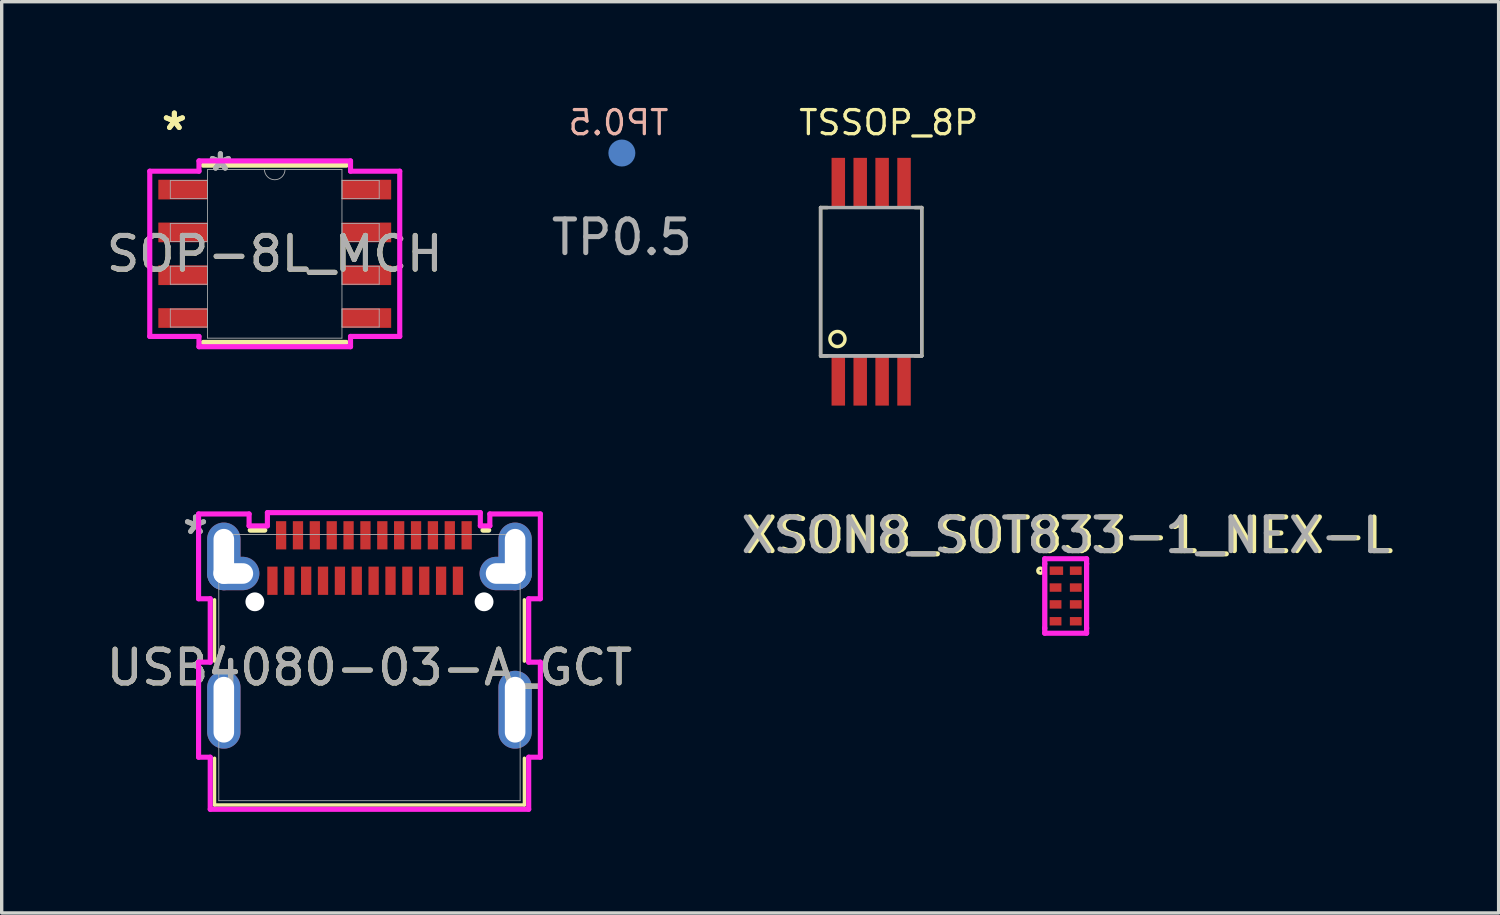
<source format=kicad_pcb>
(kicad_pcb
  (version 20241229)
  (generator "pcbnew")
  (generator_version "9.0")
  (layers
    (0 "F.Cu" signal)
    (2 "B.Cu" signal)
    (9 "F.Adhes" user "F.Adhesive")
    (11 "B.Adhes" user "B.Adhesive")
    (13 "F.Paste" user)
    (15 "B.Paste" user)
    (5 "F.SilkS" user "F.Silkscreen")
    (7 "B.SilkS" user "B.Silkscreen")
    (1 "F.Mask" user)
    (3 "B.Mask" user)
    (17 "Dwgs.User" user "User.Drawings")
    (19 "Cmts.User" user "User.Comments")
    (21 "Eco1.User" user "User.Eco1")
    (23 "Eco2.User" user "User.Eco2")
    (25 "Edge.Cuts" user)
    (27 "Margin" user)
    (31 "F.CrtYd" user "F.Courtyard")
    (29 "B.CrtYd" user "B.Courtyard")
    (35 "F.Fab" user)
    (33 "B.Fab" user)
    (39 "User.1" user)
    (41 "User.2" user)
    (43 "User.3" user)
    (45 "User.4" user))
  (footprint "TSSOP_8P"
    (layer "F.Cu")
    (at 22.795 5.308)
    (property "Reference" "TSSOP_8P" (at -2.2 -4.3 0) (layer "F.SilkS") (effects (font (size 0.715 0.715) (thickness 0.098)) (justify left bottom)))
    (fp_line (start -1.5 -2.2) (end -1.3 -2.2) (stroke (width 0.102) (type solid)) (layer "F.SilkS"))
    (fp_line (start -1.5 2.2) (end -1.5 -2.2) (stroke (width 0.102) (type solid)) (layer "F.SilkS"))
    (fp_line (start -1.5 2.2) (end -1.3 2.2) (stroke (width 0.102) (type solid)) (layer "F.SilkS"))
    (fp_line (start 1.5 -2.2) (end 1.3 -2.2) (stroke (width 0.102) (type solid)) (layer "F.SilkS"))
    (fp_line (start 1.5 -2.2) (end 1.5 2.2) (stroke (width 0.102) (type solid)) (layer "F.SilkS"))
    (fp_line (start 1.5 2.2) (end 1.3 2.2) (stroke (width 0.102) (type solid)) (layer "F.SilkS"))
    (fp_circle (center -1 1.7) (end -0.776 1.7) (stroke (width 0.102) (type solid)) (fill no) (layer "F.SilkS"))
    (fp_line (start -1.5 -2.2) (end -1.5 2.2) (stroke (width 0.102) (type solid)) (layer "F.Fab"))
    (fp_line (start -1.5 -2.2) (end 1.5 -2.2) (stroke (width 0.102) (type solid)) (layer "F.Fab"))
    (fp_line (start -1.5 2.2) (end 1.5 2.2) (stroke (width 0.102) (type solid)) (layer "F.Fab"))
    (fp_line (start -1.5 2.2) (end 1.5 2.2) (stroke (width 0.102) (type solid)) (layer "F.Fab"))
    (fp_line (start 1.5 2.2) (end 1.5 -2.2) (stroke (width 0.102) (type solid)) (layer "F.Fab"))
    (pad "1" smd rect (at -0.975 2.95 90) (size 1.45 0.4) (layers "F.Cu" "F.Mask" "F.Paste"))
    (pad "2" smd rect (at -0.325 2.95 90) (size 1.45 0.4) (layers "F.Cu" "F.Mask" "F.Paste"))
    (pad "3" smd rect (at 0.325 2.95 90) (size 1.45 0.4) (layers "F.Cu" "F.Mask" "F.Paste"))
    (pad "4" smd rect (at 0.975 2.95 90) (size 1.45 0.4) (layers "F.Cu" "F.Mask" "F.Paste"))
    (pad "5" smd rect (at 0.975 -2.95 90) (size 1.45 0.4) (layers "F.Cu" "F.Mask" "F.Paste"))
    (pad "6" smd rect (at 0.325 -2.95 90) (size 1.45 0.4) (layers "F.Cu" "F.Mask" "F.Paste"))
    (pad "7" smd rect (at -0.325 -2.95 90) (size 1.45 0.4) (layers "F.Cu" "F.Mask" "F.Paste"))
    (pad "8" smd rect (at -0.975 -2.95 90) (size 1.45 0.4) (layers "F.Cu" "F.Mask" "F.Paste")))
  (footprint "XSON8_SOT833-1_NEX-L"
    (layer "F.Cu")
    (at 28.565 14.631)
    (property "Reference" "XSON8_SOT833-1_NEX-L" (at 0.1 -1.8 0) (unlocked yes) (layer "F.SilkS") (effects (font (size 1 1) (thickness 0.15))))
    (attr smd)
    (fp_line (start -0.6 -1.1) (end -0.6 1.1) (stroke (width 0.102) (type solid)) (layer "F.SilkS"))
    (fp_line (start -0.6 1.1) (end 0.6 1.1) (stroke (width 0.102) (type solid)) (layer "F.SilkS"))
    (fp_line (start 0.6 -1.1) (end -0.6 -1.1) (stroke (width 0.102) (type solid)) (layer "F.SilkS"))
    (fp_line (start 0.6 1.1) (end 0.6 -1.1) (stroke (width 0.102) (type solid)) (layer "F.SilkS"))
    (fp_circle (center -0.75 -0.75) (end -0.674 -0.75) (stroke (width 0.102) (type solid)) (fill no) (layer "F.SilkS"))
    (fp_line (start -0.622 -1.105) (end 0.622 -1.105) (stroke (width 0.152) (type solid)) (layer "F.CrtYd"))
    (fp_line (start -0.622 -0.953) (end -0.622 -1.105) (stroke (width 0.152) (type solid)) (layer "F.CrtYd"))
    (fp_line (start -0.622 -0.953) (end -0.622 -0.953) (stroke (width 0.152) (type solid)) (layer "F.CrtYd"))
    (fp_line (start -0.622 0.953) (end -0.622 -0.953) (stroke (width 0.152) (type solid)) (layer "F.CrtYd"))
    (fp_line (start -0.622 0.953) (end -0.622 0.953) (stroke (width 0.152) (type solid)) (layer "F.CrtYd"))
    (fp_line (start -0.622 1.105) (end -0.622 0.953) (stroke (width 0.152) (type solid)) (layer "F.CrtYd"))
    (fp_line (start 0.622 -1.105) (end 0.622 -0.953) (stroke (width 0.152) (type solid)) (layer "F.CrtYd"))
    (fp_line (start 0.622 -0.953) (end 0.622 -0.953) (stroke (width 0.152) (type solid)) (layer "F.CrtYd"))
    (fp_line (start 0.622 -0.953) (end 0.622 0.953) (stroke (width 0.152) (type solid)) (layer "F.CrtYd"))
    (fp_line (start 0.622 0.953) (end 0.622 0.953) (stroke (width 0.152) (type solid)) (layer "F.CrtYd"))
    (fp_line (start 0.622 0.953) (end 0.622 1.105) (stroke (width 0.152) (type solid)) (layer "F.CrtYd"))
    (fp_line (start 0.622 1.105) (end -0.622 1.105) (stroke (width 0.152) (type solid)) (layer "F.CrtYd"))
    (fp_text user "${REFERENCE}" (at 0 -1.8 0) (unlocked yes) (layer "F.Fab") (effects (font (size 1 1) (thickness 0.15))))
    (pad "1" smd rect (at -0.275 -0.75) (size 0.4 0.25) (layers "F.Cu" "F.Mask" "F.Paste"))
    (pad "2" smd rect (at -0.3 -0.25) (size 0.35 0.25) (layers "F.Cu" "F.Mask" "F.Paste"))
    (pad "3" smd rect (at -0.3 0.25) (size 0.35 0.25) (layers "F.Cu" "F.Mask" "F.Paste"))
    (pad "4" smd rect (at -0.3 0.75) (size 0.35 0.25) (layers "F.Cu" "F.Mask" "F.Paste"))
    (pad "5" smd rect (at 0.3 0.75) (size 0.35 0.25) (layers "F.Cu" "F.Mask" "F.Paste"))
    (pad "6" smd rect (at 0.3 0.25) (size 0.35 0.25) (layers "F.Cu" "F.Mask" "F.Paste"))
    (pad "7" smd rect (at 0.3 -0.25) (size 0.35 0.25) (layers "F.Cu" "F.Mask" "F.Paste"))
    (pad "8" smd rect (at 0.3 -0.75) (size 0.35 0.25) (layers "F.Cu" "F.Mask" "F.Paste")))
  (footprint "TP0.5"
    (layer "F.Cu")
    (at 15.399 1.49)
    (property "Reference" "TP0.5" (at -0.1 -0.9 0) (unlocked yes) (layer "B.SilkS") (effects (font (size 0.715 0.715) (thickness 0.098)) (justify mirror)))
    (attr smd)
    (fp_text user "${REFERENCE}" (at 0 2.5 0) (unlocked yes) (layer "F.Fab") (effects (font (size 1 1) (thickness 0.15))))
    (pad "1" smd circle (at 0 0) (size 0.8 0.8) (layers "B.Cu" "B.Mask")))
  (footprint "USB4080-03-A_GCT"
    (layer "F.Cu")
    (at 7.911 16.755)
    (property "Reference" "USB4080-03-A_GCT" (at 0 0 0) (unlocked yes) (layer "F.SilkS") (effects (font (size 1 1) (thickness 0.15))))
    (attr smd)
    (fp_line (start -4.597 -2.011) (end -4.597 -0.191) (stroke (width 0.102) (type solid)) (layer "F.SilkS"))
    (fp_line (start -4.597 2.69) (end -4.597 4.077) (stroke (width 0.102) (type solid)) (layer "F.SilkS"))
    (fp_line (start -4.597 4.077) (end 4.597 4.077) (stroke (width 0.102) (type solid)) (layer "F.SilkS"))
    (fp_line (start -3.106 -4.077) (end -3.537 -4.077) (stroke (width 0.152) (type solid)) (layer "F.SilkS"))
    (fp_line (start 3.537 -4.077) (end 3.368 -4.077) (stroke (width 0.152) (type solid)) (layer "F.SilkS"))
    (fp_line (start 4.597 -0.191) (end 4.597 -2.011) (stroke (width 0.102) (type solid)) (layer "F.SilkS"))
    (fp_line (start 4.597 4.077) (end 4.597 2.69) (stroke (width 0.102) (type solid)) (layer "F.SilkS"))
    (fp_line (start -5.07 -4.557) (end -5.07 -2.042) (stroke (width 0.152) (type solid)) (layer "F.CrtYd"))
    (fp_line (start -5.07 -2.042) (end -4.724 -2.042) (stroke (width 0.152) (type solid)) (layer "F.CrtYd"))
    (fp_line (start -5.07 -0.16) (end -5.07 2.659) (stroke (width 0.152) (type solid)) (layer "F.CrtYd"))
    (fp_line (start -5.07 2.659) (end -4.724 2.659) (stroke (width 0.152) (type solid)) (layer "F.CrtYd"))
    (fp_line (start -4.724 -2.042) (end -4.724 -0.16) (stroke (width 0.152) (type solid)) (layer "F.CrtYd"))
    (fp_line (start -4.724 -0.16) (end -5.07 -0.16) (stroke (width 0.152) (type solid)) (layer "F.CrtYd"))
    (fp_line (start -4.724 2.659) (end -4.724 4.204) (stroke (width 0.152) (type solid)) (layer "F.CrtYd"))
    (fp_line (start -4.724 4.204) (end 4.724 4.204) (stroke (width 0.152) (type solid)) (layer "F.CrtYd"))
    (fp_line (start -3.571 -4.557) (end -5.07 -4.557) (stroke (width 0.152) (type solid)) (layer "F.CrtYd"))
    (fp_line (start -3.571 -4.204) (end -3.571 -4.557) (stroke (width 0.152) (type solid)) (layer "F.CrtYd"))
    (fp_line (start -3.028 -4.597) (end -3.028 -4.204) (stroke (width 0.152) (type solid)) (layer "F.CrtYd"))
    (fp_line (start -3.028 -4.204) (end -3.571 -4.204) (stroke (width 0.152) (type solid)) (layer "F.CrtYd"))
    (fp_line (start 3.289 -4.597) (end -3.028 -4.597) (stroke (width 0.152) (type solid)) (layer "F.CrtYd"))
    (fp_line (start 3.289 -4.204) (end 3.289 -4.597) (stroke (width 0.152) (type solid)) (layer "F.CrtYd"))
    (fp_line (start 3.571 -4.557) (end 3.571 -4.204) (stroke (width 0.152) (type solid)) (layer "F.CrtYd"))
    (fp_line (start 3.571 -4.204) (end 3.289 -4.204) (stroke (width 0.152) (type solid)) (layer "F.CrtYd"))
    (fp_line (start 4.724 -2.042) (end 5.07 -2.042) (stroke (width 0.152) (type solid)) (layer "F.CrtYd"))
    (fp_line (start 4.724 -0.16) (end 4.724 -2.042) (stroke (width 0.152) (type solid)) (layer "F.CrtYd"))
    (fp_line (start 4.724 2.659) (end 5.07 2.659) (stroke (width 0.152) (type solid)) (layer "F.CrtYd"))
    (fp_line (start 4.724 4.204) (end 4.724 2.659) (stroke (width 0.152) (type solid)) (layer "F.CrtYd"))
    (fp_line (start 5.07 -4.557) (end 3.571 -4.557) (stroke (width 0.152) (type solid)) (layer "F.CrtYd"))
    (fp_line (start 5.07 -2.042) (end 5.07 -4.557) (stroke (width 0.152) (type solid)) (layer "F.CrtYd"))
    (fp_line (start 5.07 -0.16) (end 4.724 -0.16) (stroke (width 0.152) (type solid)) (layer "F.CrtYd"))
    (fp_line (start 5.07 2.659) (end 5.07 -0.16) (stroke (width 0.152) (type solid)) (layer "F.CrtYd"))
    (fp_line (start -4.47 -3.95) (end -4.47 3.95) (stroke (width 0.025) (type solid)) (layer "F.Fab"))
    (fp_line (start -4.47 3.95) (end 4.47 3.95) (stroke (width 0.025) (type solid)) (layer "F.Fab"))
    (fp_line (start 0 -3.95) (end 0 -3.95) (stroke (width 0.025) (type solid)) (layer "F.Fab"))
    (fp_line (start 0 -3.95) (end 0 -3.95) (stroke (width 0.025) (type solid)) (layer "F.Fab"))
    (fp_line (start 0 -3.95) (end 0 -3.95) (stroke (width 0.025) (type solid)) (layer "F.Fab"))
    (fp_line (start 0 -3.95) (end 0 -3.95) (stroke (width 0.025) (type solid)) (layer "F.Fab"))
    (fp_line (start 4.47 -3.95) (end -4.47 -3.95) (stroke (width 0.025) (type solid)) (layer "F.Fab"))
    (fp_line (start 4.47 3.95) (end 4.47 -3.95) (stroke (width 0.025) (type solid)) (layer "F.Fab"))
    (fp_text user "*" (at -5.161 -3.924 0) (unlocked yes) (layer "F.Fab") (effects (font (size 1 1) (thickness 0.15))))
    (fp_text user "${REFERENCE}" (at 0 0 0) (unlocked yes) (layer "F.Fab") (effects (font (size 1 1) (thickness 0.15))))
    (fp_text user "*" (at -5.161 -3.924 0) (layer "F.Fab") (effects (font (size 1 1) (thickness 0.15))))
    (pad "" np_thru_hole circle (at -3.4 -1.951) (size 0.559 0.559) (drill 0.559) (layers "*.Cu" "*.Mask"))
    (pad "" np_thru_hole circle (at 3.4 -1.951) (size 0.559 0.559) (drill 0.559) (layers "*.Cu" "*.Mask"))
    (pad "A1" smd rect (at -2.621 -3.924) (size 0.305 0.838) (layers "F.Cu" "F.Mask" "F.Paste"))
    (pad "A2" smd rect (at -2.121 -3.924) (size 0.305 0.838) (layers "F.Cu" "F.Mask" "F.Paste"))
    (pad "A3" smd rect (at -1.621 -3.924) (size 0.305 0.838) (layers "F.Cu" "F.Mask" "F.Paste"))
    (pad "A4" smd rect (at -1.12 -3.924) (size 0.305 0.838) (layers "F.Cu" "F.Mask" "F.Paste"))
    (pad "A5" smd rect (at -0.62 -3.924) (size 0.305 0.838) (layers "F.Cu" "F.Mask" "F.Paste"))
    (pad "A6" smd rect (at -0.119 -3.924) (size 0.305 0.838) (layers "F.Cu" "F.Mask" "F.Paste"))
    (pad "A7" smd rect (at 0.381 -3.924) (size 0.305 0.838) (layers "F.Cu" "F.Mask" "F.Paste"))
    (pad "A8" smd rect (at 0.881 -3.924) (size 0.305 0.838) (layers "F.Cu" "F.Mask" "F.Paste"))
    (pad "A9" smd rect (at 1.382 -3.924) (size 0.305 0.838) (layers "F.Cu" "F.Mask" "F.Paste"))
    (pad "A10" smd rect (at 1.882 -3.924) (size 0.305 0.838) (layers "F.Cu" "F.Mask" "F.Paste"))
    (pad "A11" smd rect (at 2.383 -3.924) (size 0.305 0.838) (layers "F.Cu" "F.Mask" "F.Paste"))
    (pad "A12" smd rect (at 2.883 -3.924) (size 0.305 0.838) (layers "F.Cu" "F.Mask" "F.Paste"))
    (pad "B1" smd rect (at 2.625 -2.576) (size 0.305 0.838) (layers "F.Cu" "F.Mask" "F.Paste"))
    (pad "B2" smd rect (at 2.125 -2.576) (size 0.305 0.838) (layers "F.Cu" "F.Mask" "F.Paste"))
    (pad "B3" smd rect (at 1.625 -2.576) (size 0.305 0.838) (layers "F.Cu" "F.Mask" "F.Paste"))
    (pad "B4" smd rect (at 1.124 -2.576) (size 0.305 0.838) (layers "F.Cu" "F.Mask" "F.Paste"))
    (pad "B5" smd rect (at 0.624 -2.576) (size 0.305 0.838) (layers "F.Cu" "F.Mask" "F.Paste"))
    (pad "B6" smd rect (at 0.123 -2.576) (size 0.305 0.838) (layers "F.Cu" "F.Mask" "F.Paste"))
    (pad "B7" smd rect (at -0.377 -2.576) (size 0.305 0.838) (layers "F.Cu" "F.Mask" "F.Paste"))
    (pad "B8" smd rect (at -0.877 -2.576) (size 0.305 0.838) (layers "F.Cu" "F.Mask" "F.Paste"))
    (pad "B9" smd rect (at -1.378 -2.576) (size 0.305 0.838) (layers "F.Cu" "F.Mask" "F.Paste"))
    (pad "B10" smd rect (at -1.878 -2.576) (size 0.305 0.838) (layers "F.Cu" "F.Mask" "F.Paste"))
    (pad "B11" smd rect (at -2.379 -2.576) (size 0.305 0.838) (layers "F.Cu" "F.Mask" "F.Paste"))
    (pad "B12" smd rect (at -2.879 -2.576) (size 0.305 0.838) (layers "F.Cu" "F.Mask" "F.Paste"))
    (pad "EP" thru_hole oval (at -4.321 -3.299) (size 0.991 2.007) (drill oval 0.61 1.63) (layers "*.Cu" "*.Mask" "F.Paste"))
    (pad "EP" thru_hole oval (at -4.321 1.25) (size 0.991 2.311) (drill oval 0.61 1.95) (layers "*.Cu" "*.Mask" "F.Paste"))
    (pad "EP" thru_hole oval (at -4.041 -2.791) (size 1.549 0.991) (drill oval 1.18 0.61) (layers "*.Cu" "*.Mask" "F.Paste"))
    (pad "EP" thru_hole oval (at 4.041 -2.791) (size 1.549 0.991) (drill oval 1.18 0.61) (layers "*.Cu" "*.Mask" "F.Paste"))
    (pad "EP" thru_hole oval (at 4.321 -3.299) (size 0.991 2.007) (drill oval 0.61 1.63) (layers "*.Cu" "*.Mask" "F.Paste"))
    (pad "EP" thru_hole oval (at 4.321 1.25) (size 0.991 2.311) (drill oval 0.61 1.95) (layers "*.Cu" "*.Mask" "F.Paste")))
  (footprint "SOP-8L_MCH"
    (layer "F.Cu")
    (at 5.101 4.48)
    (property "Reference" "SOP-8L_MCH" (at 0 0 0) (unlocked yes) (layer "F.SilkS") (effects (font (size 1 1) (thickness 0.15))))
    (attr smd)
    (fp_line (start -2.121 2.629) (end 2.121 2.629) (stroke (width 0.152) (type solid)) (layer "F.SilkS"))
    (fp_line (start 2.121 -2.629) (end -2.121 -2.629) (stroke (width 0.152) (type solid)) (layer "F.SilkS"))
    (fp_line (start -3.708 -2.451) (end -2.248 -2.451) (stroke (width 0.152) (type solid)) (layer "F.CrtYd"))
    (fp_line (start -3.708 2.451) (end -3.708 -2.451) (stroke (width 0.152) (type solid)) (layer "F.CrtYd"))
    (fp_line (start -3.708 2.451) (end -2.248 2.451) (stroke (width 0.152) (type solid)) (layer "F.CrtYd"))
    (fp_line (start -2.248 -2.756) (end 2.248 -2.756) (stroke (width 0.152) (type solid)) (layer "F.CrtYd"))
    (fp_line (start -2.248 -2.451) (end -2.248 -2.756) (stroke (width 0.152) (type solid)) (layer "F.CrtYd"))
    (fp_line (start -2.248 2.756) (end -2.248 2.451) (stroke (width 0.152) (type solid)) (layer "F.CrtYd"))
    (fp_line (start 2.248 -2.756) (end 2.248 -2.451) (stroke (width 0.152) (type solid)) (layer "F.CrtYd"))
    (fp_line (start 2.248 2.451) (end 2.248 2.756) (stroke (width 0.152) (type solid)) (layer "F.CrtYd"))
    (fp_line (start 2.248 2.756) (end -2.248 2.756) (stroke (width 0.152) (type solid)) (layer "F.CrtYd"))
    (fp_line (start 3.708 -2.451) (end 2.248 -2.451) (stroke (width 0.152) (type solid)) (layer "F.CrtYd"))
    (fp_line (start 3.708 -2.451) (end 3.708 2.451) (stroke (width 0.152) (type solid)) (layer "F.CrtYd"))
    (fp_line (start 3.708 2.451) (end 2.248 2.451) (stroke (width 0.152) (type solid)) (layer "F.CrtYd"))
    (fp_line (start -3.099 -2.172) (end -3.099 -1.638) (stroke (width 0.025) (type solid)) (layer "F.Fab"))
    (fp_line (start -3.099 -1.638) (end -1.994 -1.638) (stroke (width 0.025) (type solid)) (layer "F.Fab"))
    (fp_line (start -3.099 -0.902) (end -3.099 -0.368) (stroke (width 0.025) (type solid)) (layer "F.Fab"))
    (fp_line (start -3.099 -0.368) (end -1.994 -0.368) (stroke (width 0.025) (type solid)) (layer "F.Fab"))
    (fp_line (start -3.099 0.368) (end -3.099 0.902) (stroke (width 0.025) (type solid)) (layer "F.Fab"))
    (fp_line (start -3.099 0.902) (end -1.994 0.902) (stroke (width 0.025) (type solid)) (layer "F.Fab"))
    (fp_line (start -3.099 1.638) (end -3.099 2.172) (stroke (width 0.025) (type solid)) (layer "F.Fab"))
    (fp_line (start -3.099 2.172) (end -1.994 2.172) (stroke (width 0.025) (type solid)) (layer "F.Fab"))
    (fp_line (start -1.994 -2.502) (end -1.994 2.502) (stroke (width 0.025) (type solid)) (layer "F.Fab"))
    (fp_line (start -1.994 -2.172) (end -3.099 -2.172) (stroke (width 0.025) (type solid)) (layer "F.Fab"))
    (fp_line (start -1.994 -1.638) (end -1.994 -2.172) (stroke (width 0.025) (type solid)) (layer "F.Fab"))
    (fp_line (start -1.994 -0.902) (end -3.099 -0.902) (stroke (width 0.025) (type solid)) (layer "F.Fab"))
    (fp_line (start -1.994 -0.368) (end -1.994 -0.902) (stroke (width 0.025) (type solid)) (layer "F.Fab"))
    (fp_line (start -1.994 0.368) (end -3.099 0.368) (stroke (width 0.025) (type solid)) (layer "F.Fab"))
    (fp_line (start -1.994 0.902) (end -1.994 0.368) (stroke (width 0.025) (type solid)) (layer "F.Fab"))
    (fp_line (start -1.994 1.638) (end -3.099 1.638) (stroke (width 0.025) (type solid)) (layer "F.Fab"))
    (fp_line (start -1.994 2.172) (end -1.994 1.638) (stroke (width 0.025) (type solid)) (layer "F.Fab"))
    (fp_line (start -1.994 2.502) (end 1.994 2.502) (stroke (width 0.025) (type solid)) (layer "F.Fab"))
    (fp_line (start 1.994 -2.502) (end -1.994 -2.502) (stroke (width 0.025) (type solid)) (layer "F.Fab"))
    (fp_line (start 1.994 -2.172) (end 1.994 -1.638) (stroke (width 0.025) (type solid)) (layer "F.Fab"))
    (fp_line (start 1.994 -1.638) (end 3.099 -1.638) (stroke (width 0.025) (type solid)) (layer "F.Fab"))
    (fp_line (start 1.994 -0.902) (end 1.994 -0.368) (stroke (width 0.025) (type solid)) (layer "F.Fab"))
    (fp_line (start 1.994 -0.368) (end 3.099 -0.368) (stroke (width 0.025) (type solid)) (layer "F.Fab"))
    (fp_line (start 1.994 0.368) (end 1.994 0.902) (stroke (width 0.025) (type solid)) (layer "F.Fab"))
    (fp_line (start 1.994 0.902) (end 3.099 0.902) (stroke (width 0.025) (type solid)) (layer "F.Fab"))
    (fp_line (start 1.994 1.638) (end 1.994 2.172) (stroke (width 0.025) (type solid)) (layer "F.Fab"))
    (fp_line (start 1.994 2.172) (end 3.099 2.172) (stroke (width 0.025) (type solid)) (layer "F.Fab"))
    (fp_line (start 1.994 2.502) (end 1.994 -2.502) (stroke (width 0.025) (type solid)) (layer "F.Fab"))
    (fp_line (start 3.099 -2.172) (end 1.994 -2.172) (stroke (width 0.025) (type solid)) (layer "F.Fab"))
    (fp_line (start 3.099 -1.638) (end 3.099 -2.172) (stroke (width 0.025) (type solid)) (layer "F.Fab"))
    (fp_line (start 3.099 -0.902) (end 1.994 -0.902) (stroke (width 0.025) (type solid)) (layer "F.Fab"))
    (fp_line (start 3.099 -0.368) (end 3.099 -0.902) (stroke (width 0.025) (type solid)) (layer "F.Fab"))
    (fp_line (start 3.099 0.368) (end 1.994 0.368) (stroke (width 0.025) (type solid)) (layer "F.Fab"))
    (fp_line (start 3.099 0.902) (end 3.099 0.368) (stroke (width 0.025) (type solid)) (layer "F.Fab"))
    (fp_line (start 3.099 1.638) (end 1.994 1.638) (stroke (width 0.025) (type solid)) (layer "F.Fab"))
    (fp_line (start 3.099 2.172) (end 3.099 1.638) (stroke (width 0.025) (type solid)) (layer "F.Fab"))
    (fp_arc (start 0.3048 -2.5019) (mid 0 -2.1971) (end -0.3048 -2.5019) (stroke (width 0.0254) (type solid)) (layer "F.Fab"))
    (fp_text user "*" (at -2.978 -3.632 0) (layer "F.SilkS") (effects (font (size 1 1) (thickness 0.15))))
    (fp_text user "*" (at -2.978 -3.632 0) (unlocked yes) (layer "F.SilkS") (effects (font (size 1 1) (thickness 0.15))))
    (fp_text user "*" (at -1.613 -2.426 0) (layer "F.Fab") (effects (font (size 1 1) (thickness 0.15))))
    (fp_text user "*" (at -1.613 -2.426 0) (unlocked yes) (layer "F.Fab") (effects (font (size 1 1) (thickness 0.15))))
    (fp_text user "${REFERENCE}" (at 0 0 0) (unlocked yes) (layer "F.Fab") (effects (font (size 1 1) (thickness 0.15))))
    (pad "1" smd rect (at -2.724 -1.905) (size 1.46 0.584) (layers "F.Cu" "F.Mask" "F.Paste"))
    (pad "2" smd rect (at -2.724 -0.635) (size 1.46 0.584) (layers "F.Cu" "F.Mask" "F.Paste"))
    (pad "3" smd rect (at -2.724 0.635) (size 1.46 0.584) (layers "F.Cu" "F.Mask" "F.Paste"))
    (pad "4" smd rect (at -2.724 1.905) (size 1.46 0.584) (layers "F.Cu" "F.Mask" "F.Paste"))
    (pad "5" smd rect (at 2.724 1.905) (size 1.46 0.584) (layers "F.Cu" "F.Mask" "F.Paste"))
    (pad "6" smd rect (at 2.724 0.635) (size 1.46 0.584) (layers "F.Cu" "F.Mask" "F.Paste"))
    (pad "7" smd rect (at 2.724 -0.635) (size 1.46 0.584) (layers "F.Cu" "F.Mask" "F.Paste"))
    (pad "8" smd rect (at 2.724 -1.905) (size 1.46 0.584) (layers "F.Cu" "F.Mask" "F.Paste")))
  (gr_rect
    (start -3 -3)
    (end 41.41 24.035)
    (stroke (width 0.1) (type default))
    (fill no)
    (layer "Edge.Cuts")))
</source>
